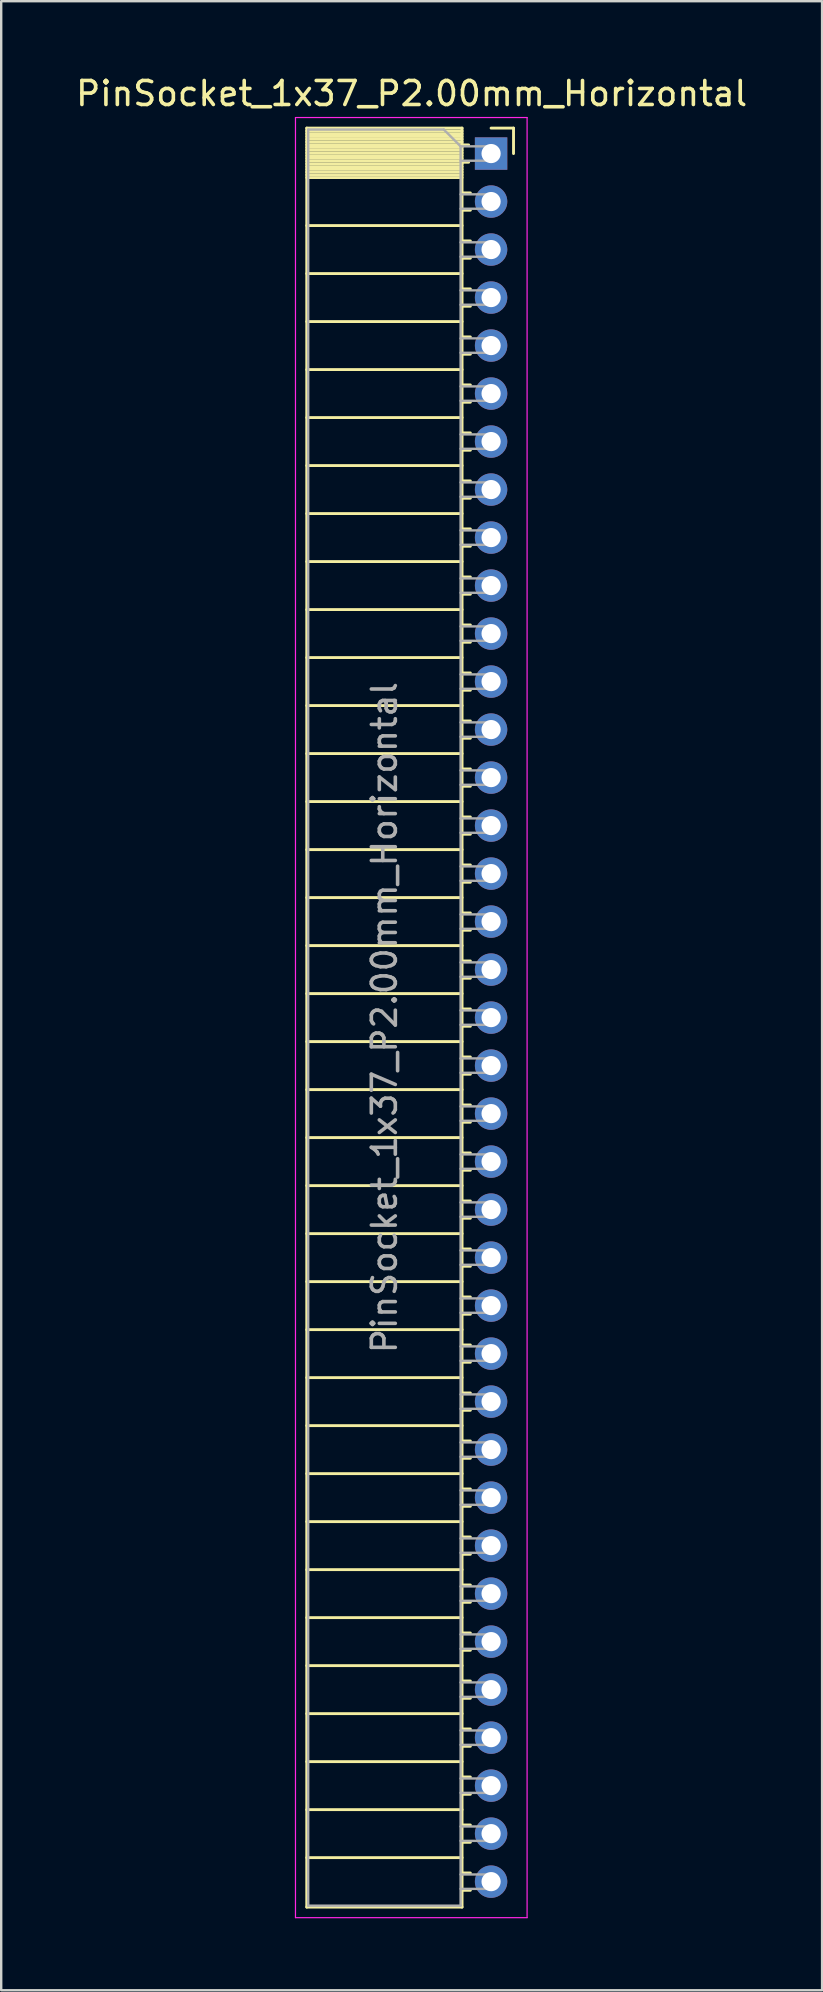
<source format=kicad_pcb>
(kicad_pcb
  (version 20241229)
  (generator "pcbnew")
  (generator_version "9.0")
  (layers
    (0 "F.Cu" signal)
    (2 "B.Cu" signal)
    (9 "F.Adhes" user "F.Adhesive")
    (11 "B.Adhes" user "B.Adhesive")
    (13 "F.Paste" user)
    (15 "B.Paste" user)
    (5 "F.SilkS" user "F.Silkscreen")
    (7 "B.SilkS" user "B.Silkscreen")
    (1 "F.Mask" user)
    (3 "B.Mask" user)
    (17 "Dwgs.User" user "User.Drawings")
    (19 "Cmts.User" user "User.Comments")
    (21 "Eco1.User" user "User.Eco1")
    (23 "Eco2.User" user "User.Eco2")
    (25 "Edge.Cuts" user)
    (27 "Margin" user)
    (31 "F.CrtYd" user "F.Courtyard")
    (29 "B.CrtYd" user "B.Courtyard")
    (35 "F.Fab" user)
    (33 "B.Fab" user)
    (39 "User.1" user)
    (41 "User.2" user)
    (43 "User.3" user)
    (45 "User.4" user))
  (footprint "PinSocket_1x37_P2.00mm_Horizontal"
    (layer "F.Cu")
    (at 17.411 3.348)
    (property "Reference" "PinSocket_1x37_P2.00mm_Horizontal" (at -3.31 -2.5 0) (layer "F.SilkS") (effects (font (size 1 1) (thickness 0.15))))
    (attr through_hole)
    (fp_line (start -7.68 -1.06) (end -7.68 73.06) (stroke (width 0.12) (type solid)) (layer "F.SilkS"))
    (fp_line (start -7.68 -1.06) (end -1.21 -1.06) (stroke (width 0.12) (type solid)) (layer "F.SilkS"))
    (fp_line (start -7.68 -0.94) (end -1.21 -0.94) (stroke (width 0.12) (type solid)) (layer "F.SilkS"))
    (fp_line (start -7.68 -0.826) (end -1.21 -0.826) (stroke (width 0.12) (type solid)) (layer "F.SilkS"))
    (fp_line (start -7.68 -0.712) (end -1.21 -0.712) (stroke (width 0.12) (type solid)) (layer "F.SilkS"))
    (fp_line (start -7.68 -0.598) (end -1.21 -0.598) (stroke (width 0.12) (type solid)) (layer "F.SilkS"))
    (fp_line (start -7.68 -0.484) (end -1.21 -0.484) (stroke (width 0.12) (type solid)) (layer "F.SilkS"))
    (fp_line (start -7.68 -0.369) (end -1.21 -0.369) (stroke (width 0.12) (type solid)) (layer "F.SilkS"))
    (fp_line (start -7.68 -0.255) (end -1.21 -0.255) (stroke (width 0.12) (type solid)) (layer "F.SilkS"))
    (fp_line (start -7.68 -0.141) (end -1.21 -0.141) (stroke (width 0.12) (type solid)) (layer "F.SilkS"))
    (fp_line (start -7.68 -0.027) (end -1.21 -0.027) (stroke (width 0.12) (type solid)) (layer "F.SilkS"))
    (fp_line (start -7.68 0.087) (end -1.21 0.087) (stroke (width 0.12) (type solid)) (layer "F.SilkS"))
    (fp_line (start -7.68 0.201) (end -1.21 0.201) (stroke (width 0.12) (type solid)) (layer "F.SilkS"))
    (fp_line (start -7.68 0.315) (end -1.21 0.315) (stroke (width 0.12) (type solid)) (layer "F.SilkS"))
    (fp_line (start -7.68 0.429) (end -1.21 0.429) (stroke (width 0.12) (type solid)) (layer "F.SilkS"))
    (fp_line (start -7.68 0.544) (end -1.21 0.544) (stroke (width 0.12) (type solid)) (layer "F.SilkS"))
    (fp_line (start -7.68 0.658) (end -1.21 0.658) (stroke (width 0.12) (type solid)) (layer "F.SilkS"))
    (fp_line (start -7.68 0.772) (end -1.21 0.772) (stroke (width 0.12) (type solid)) (layer "F.SilkS"))
    (fp_line (start -7.68 0.886) (end -1.21 0.886) (stroke (width 0.12) (type solid)) (layer "F.SilkS"))
    (fp_line (start -7.68 1) (end -1.21 1) (stroke (width 0.12) (type solid)) (layer "F.SilkS"))
    (fp_line (start -7.68 3) (end -1.21 3) (stroke (width 0.12) (type solid)) (layer "F.SilkS"))
    (fp_line (start -7.68 5) (end -1.21 5) (stroke (width 0.12) (type solid)) (layer "F.SilkS"))
    (fp_line (start -7.68 7) (end -1.21 7) (stroke (width 0.12) (type solid)) (layer "F.SilkS"))
    (fp_line (start -7.68 9) (end -1.21 9) (stroke (width 0.12) (type solid)) (layer "F.SilkS"))
    (fp_line (start -7.68 11) (end -1.21 11) (stroke (width 0.12) (type solid)) (layer "F.SilkS"))
    (fp_line (start -7.68 13) (end -1.21 13) (stroke (width 0.12) (type solid)) (layer "F.SilkS"))
    (fp_line (start -7.68 15) (end -1.21 15) (stroke (width 0.12) (type solid)) (layer "F.SilkS"))
    (fp_line (start -7.68 17) (end -1.21 17) (stroke (width 0.12) (type solid)) (layer "F.SilkS"))
    (fp_line (start -7.68 19) (end -1.21 19) (stroke (width 0.12) (type solid)) (layer "F.SilkS"))
    (fp_line (start -7.68 21) (end -1.21 21) (stroke (width 0.12) (type solid)) (layer "F.SilkS"))
    (fp_line (start -7.68 23) (end -1.21 23) (stroke (width 0.12) (type solid)) (layer "F.SilkS"))
    (fp_line (start -7.68 25) (end -1.21 25) (stroke (width 0.12) (type solid)) (layer "F.SilkS"))
    (fp_line (start -7.68 27) (end -1.21 27) (stroke (width 0.12) (type solid)) (layer "F.SilkS"))
    (fp_line (start -7.68 29) (end -1.21 29) (stroke (width 0.12) (type solid)) (layer "F.SilkS"))
    (fp_line (start -7.68 31) (end -1.21 31) (stroke (width 0.12) (type solid)) (layer "F.SilkS"))
    (fp_line (start -7.68 33) (end -1.21 33) (stroke (width 0.12) (type solid)) (layer "F.SilkS"))
    (fp_line (start -7.68 35) (end -1.21 35) (stroke (width 0.12) (type solid)) (layer "F.SilkS"))
    (fp_line (start -7.68 37) (end -1.21 37) (stroke (width 0.12) (type solid)) (layer "F.SilkS"))
    (fp_line (start -7.68 39) (end -1.21 39) (stroke (width 0.12) (type solid)) (layer "F.SilkS"))
    (fp_line (start -7.68 41) (end -1.21 41) (stroke (width 0.12) (type solid)) (layer "F.SilkS"))
    (fp_line (start -7.68 43) (end -1.21 43) (stroke (width 0.12) (type solid)) (layer "F.SilkS"))
    (fp_line (start -7.68 45) (end -1.21 45) (stroke (width 0.12) (type solid)) (layer "F.SilkS"))
    (fp_line (start -7.68 47) (end -1.21 47) (stroke (width 0.12) (type solid)) (layer "F.SilkS"))
    (fp_line (start -7.68 49) (end -1.21 49) (stroke (width 0.12) (type solid)) (layer "F.SilkS"))
    (fp_line (start -7.68 51) (end -1.21 51) (stroke (width 0.12) (type solid)) (layer "F.SilkS"))
    (fp_line (start -7.68 53) (end -1.21 53) (stroke (width 0.12) (type solid)) (layer "F.SilkS"))
    (fp_line (start -7.68 55) (end -1.21 55) (stroke (width 0.12) (type solid)) (layer "F.SilkS"))
    (fp_line (start -7.68 57) (end -1.21 57) (stroke (width 0.12) (type solid)) (layer "F.SilkS"))
    (fp_line (start -7.68 59) (end -1.21 59) (stroke (width 0.12) (type solid)) (layer "F.SilkS"))
    (fp_line (start -7.68 61) (end -1.21 61) (stroke (width 0.12) (type solid)) (layer "F.SilkS"))
    (fp_line (start -7.68 63) (end -1.21 63) (stroke (width 0.12) (type solid)) (layer "F.SilkS"))
    (fp_line (start -7.68 65) (end -1.21 65) (stroke (width 0.12) (type solid)) (layer "F.SilkS"))
    (fp_line (start -7.68 67) (end -1.21 67) (stroke (width 0.12) (type solid)) (layer "F.SilkS"))
    (fp_line (start -7.68 69) (end -1.21 69) (stroke (width 0.12) (type solid)) (layer "F.SilkS"))
    (fp_line (start -7.68 71) (end -1.21 71) (stroke (width 0.12) (type solid)) (layer "F.SilkS"))
    (fp_line (start -7.68 73.06) (end -1.21 73.06) (stroke (width 0.12) (type solid)) (layer "F.SilkS"))
    (fp_line (start -1.21 -1.06) (end -1.21 73.06) (stroke (width 0.12) (type solid)) (layer "F.SilkS"))
    (fp_line (start -1.21 -0.36) (end -0.935 -0.36) (stroke (width 0.12) (type solid)) (layer "F.SilkS"))
    (fp_line (start -1.21 0.36) (end -0.935 0.36) (stroke (width 0.12) (type solid)) (layer "F.SilkS"))
    (fp_line (start -1.21 1.64) (end -0.863 1.64) (stroke (width 0.12) (type solid)) (layer "F.SilkS"))
    (fp_line (start -1.21 2.36) (end -0.863 2.36) (stroke (width 0.12) (type solid)) (layer "F.SilkS"))
    (fp_line (start -1.21 3.64) (end -0.863 3.64) (stroke (width 0.12) (type solid)) (layer "F.SilkS"))
    (fp_line (start -1.21 4.36) (end -0.863 4.36) (stroke (width 0.12) (type solid)) (layer "F.SilkS"))
    (fp_line (start -1.21 5.64) (end -0.863 5.64) (stroke (width 0.12) (type solid)) (layer "F.SilkS"))
    (fp_line (start -1.21 6.36) (end -0.863 6.36) (stroke (width 0.12) (type solid)) (layer "F.SilkS"))
    (fp_line (start -1.21 7.64) (end -0.863 7.64) (stroke (width 0.12) (type solid)) (layer "F.SilkS"))
    (fp_line (start -1.21 8.36) (end -0.863 8.36) (stroke (width 0.12) (type solid)) (layer "F.SilkS"))
    (fp_line (start -1.21 9.64) (end -0.863 9.64) (stroke (width 0.12) (type solid)) (layer "F.SilkS"))
    (fp_line (start -1.21 10.36) (end -0.863 10.36) (stroke (width 0.12) (type solid)) (layer "F.SilkS"))
    (fp_line (start -1.21 11.64) (end -0.863 11.64) (stroke (width 0.12) (type solid)) (layer "F.SilkS"))
    (fp_line (start -1.21 12.36) (end -0.863 12.36) (stroke (width 0.12) (type solid)) (layer "F.SilkS"))
    (fp_line (start -1.21 13.64) (end -0.863 13.64) (stroke (width 0.12) (type solid)) (layer "F.SilkS"))
    (fp_line (start -1.21 14.36) (end -0.863 14.36) (stroke (width 0.12) (type solid)) (layer "F.SilkS"))
    (fp_line (start -1.21 15.64) (end -0.863 15.64) (stroke (width 0.12) (type solid)) (layer "F.SilkS"))
    (fp_line (start -1.21 16.36) (end -0.863 16.36) (stroke (width 0.12) (type solid)) (layer "F.SilkS"))
    (fp_line (start -1.21 17.64) (end -0.863 17.64) (stroke (width 0.12) (type solid)) (layer "F.SilkS"))
    (fp_line (start -1.21 18.36) (end -0.863 18.36) (stroke (width 0.12) (type solid)) (layer "F.SilkS"))
    (fp_line (start -1.21 19.64) (end -0.863 19.64) (stroke (width 0.12) (type solid)) (layer "F.SilkS"))
    (fp_line (start -1.21 20.36) (end -0.863 20.36) (stroke (width 0.12) (type solid)) (layer "F.SilkS"))
    (fp_line (start -1.21 21.64) (end -0.863 21.64) (stroke (width 0.12) (type solid)) (layer "F.SilkS"))
    (fp_line (start -1.21 22.36) (end -0.863 22.36) (stroke (width 0.12) (type solid)) (layer "F.SilkS"))
    (fp_line (start -1.21 23.64) (end -0.863 23.64) (stroke (width 0.12) (type solid)) (layer "F.SilkS"))
    (fp_line (start -1.21 24.36) (end -0.863 24.36) (stroke (width 0.12) (type solid)) (layer "F.SilkS"))
    (fp_line (start -1.21 25.64) (end -0.863 25.64) (stroke (width 0.12) (type solid)) (layer "F.SilkS"))
    (fp_line (start -1.21 26.36) (end -0.863 26.36) (stroke (width 0.12) (type solid)) (layer "F.SilkS"))
    (fp_line (start -1.21 27.64) (end -0.863 27.64) (stroke (width 0.12) (type solid)) (layer "F.SilkS"))
    (fp_line (start -1.21 28.36) (end -0.863 28.36) (stroke (width 0.12) (type solid)) (layer "F.SilkS"))
    (fp_line (start -1.21 29.64) (end -0.863 29.64) (stroke (width 0.12) (type solid)) (layer "F.SilkS"))
    (fp_line (start -1.21 30.36) (end -0.863 30.36) (stroke (width 0.12) (type solid)) (layer "F.SilkS"))
    (fp_line (start -1.21 31.64) (end -0.863 31.64) (stroke (width 0.12) (type solid)) (layer "F.SilkS"))
    (fp_line (start -1.21 32.36) (end -0.863 32.36) (stroke (width 0.12) (type solid)) (layer "F.SilkS"))
    (fp_line (start -1.21 33.64) (end -0.863 33.64) (stroke (width 0.12) (type solid)) (layer "F.SilkS"))
    (fp_line (start -1.21 34.36) (end -0.863 34.36) (stroke (width 0.12) (type solid)) (layer "F.SilkS"))
    (fp_line (start -1.21 35.64) (end -0.863 35.64) (stroke (width 0.12) (type solid)) (layer "F.SilkS"))
    (fp_line (start -1.21 36.36) (end -0.863 36.36) (stroke (width 0.12) (type solid)) (layer "F.SilkS"))
    (fp_line (start -1.21 37.64) (end -0.863 37.64) (stroke (width 0.12) (type solid)) (layer "F.SilkS"))
    (fp_line (start -1.21 38.36) (end -0.863 38.36) (stroke (width 0.12) (type solid)) (layer "F.SilkS"))
    (fp_line (start -1.21 39.64) (end -0.863 39.64) (stroke (width 0.12) (type solid)) (layer "F.SilkS"))
    (fp_line (start -1.21 40.36) (end -0.863 40.36) (stroke (width 0.12) (type solid)) (layer "F.SilkS"))
    (fp_line (start -1.21 41.64) (end -0.863 41.64) (stroke (width 0.12) (type solid)) (layer "F.SilkS"))
    (fp_line (start -1.21 42.36) (end -0.863 42.36) (stroke (width 0.12) (type solid)) (layer "F.SilkS"))
    (fp_line (start -1.21 43.64) (end -0.863 43.64) (stroke (width 0.12) (type solid)) (layer "F.SilkS"))
    (fp_line (start -1.21 44.36) (end -0.863 44.36) (stroke (width 0.12) (type solid)) (layer "F.SilkS"))
    (fp_line (start -1.21 45.64) (end -0.863 45.64) (stroke (width 0.12) (type solid)) (layer "F.SilkS"))
    (fp_line (start -1.21 46.36) (end -0.863 46.36) (stroke (width 0.12) (type solid)) (layer "F.SilkS"))
    (fp_line (start -1.21 47.64) (end -0.863 47.64) (stroke (width 0.12) (type solid)) (layer "F.SilkS"))
    (fp_line (start -1.21 48.36) (end -0.863 48.36) (stroke (width 0.12) (type solid)) (layer "F.SilkS"))
    (fp_line (start -1.21 49.64) (end -0.863 49.64) (stroke (width 0.12) (type solid)) (layer "F.SilkS"))
    (fp_line (start -1.21 50.36) (end -0.863 50.36) (stroke (width 0.12) (type solid)) (layer "F.SilkS"))
    (fp_line (start -1.21 51.64) (end -0.863 51.64) (stroke (width 0.12) (type solid)) (layer "F.SilkS"))
    (fp_line (start -1.21 52.36) (end -0.863 52.36) (stroke (width 0.12) (type solid)) (layer "F.SilkS"))
    (fp_line (start -1.21 53.64) (end -0.863 53.64) (stroke (width 0.12) (type solid)) (layer "F.SilkS"))
    (fp_line (start -1.21 54.36) (end -0.863 54.36) (stroke (width 0.12) (type solid)) (layer "F.SilkS"))
    (fp_line (start -1.21 55.64) (end -0.863 55.64) (stroke (width 0.12) (type solid)) (layer "F.SilkS"))
    (fp_line (start -1.21 56.36) (end -0.863 56.36) (stroke (width 0.12) (type solid)) (layer "F.SilkS"))
    (fp_line (start -1.21 57.64) (end -0.863 57.64) (stroke (width 0.12) (type solid)) (layer "F.SilkS"))
    (fp_line (start -1.21 58.36) (end -0.863 58.36) (stroke (width 0.12) (type solid)) (layer "F.SilkS"))
    (fp_line (start -1.21 59.64) (end -0.863 59.64) (stroke (width 0.12) (type solid)) (layer "F.SilkS"))
    (fp_line (start -1.21 60.36) (end -0.863 60.36) (stroke (width 0.12) (type solid)) (layer "F.SilkS"))
    (fp_line (start -1.21 61.64) (end -0.863 61.64) (stroke (width 0.12) (type solid)) (layer "F.SilkS"))
    (fp_line (start -1.21 62.36) (end -0.863 62.36) (stroke (width 0.12) (type solid)) (layer "F.SilkS"))
    (fp_line (start -1.21 63.64) (end -0.863 63.64) (stroke (width 0.12) (type solid)) (layer "F.SilkS"))
    (fp_line (start -1.21 64.36) (end -0.863 64.36) (stroke (width 0.12) (type solid)) (layer "F.SilkS"))
    (fp_line (start -1.21 65.64) (end -0.863 65.64) (stroke (width 0.12) (type solid)) (layer "F.SilkS"))
    (fp_line (start -1.21 66.36) (end -0.863 66.36) (stroke (width 0.12) (type solid)) (layer "F.SilkS"))
    (fp_line (start -1.21 67.64) (end -0.863 67.64) (stroke (width 0.12) (type solid)) (layer "F.SilkS"))
    (fp_line (start -1.21 68.36) (end -0.863 68.36) (stroke (width 0.12) (type solid)) (layer "F.SilkS"))
    (fp_line (start -1.21 69.64) (end -0.863 69.64) (stroke (width 0.12) (type solid)) (layer "F.SilkS"))
    (fp_line (start -1.21 70.36) (end -0.863 70.36) (stroke (width 0.12) (type solid)) (layer "F.SilkS"))
    (fp_line (start -1.21 71.64) (end -0.863 71.64) (stroke (width 0.12) (type solid)) (layer "F.SilkS"))
    (fp_line (start -1.21 72.36) (end -0.863 72.36) (stroke (width 0.12) (type solid)) (layer "F.SilkS"))
    (fp_line (start 0 -1.06) (end 0.935 -1.06) (stroke (width 0.12) (type solid)) (layer "F.SilkS"))
    (fp_line (start 0.935 -1.06) (end 0.935 0) (stroke (width 0.12) (type solid)) (layer "F.SilkS"))
    (fp_line (start -8.15 -1.5) (end -8.15 73.5) (stroke (width 0.05) (type solid)) (layer "F.CrtYd"))
    (fp_line (start -8.15 73.5) (end 1.5 73.5) (stroke (width 0.05) (type solid)) (layer "F.CrtYd"))
    (fp_line (start 1.5 -1.5) (end -8.15 -1.5) (stroke (width 0.05) (type solid)) (layer "F.CrtYd"))
    (fp_line (start 1.5 73.5) (end 1.5 -1.5) (stroke (width 0.05) (type solid)) (layer "F.CrtYd"))
    (fp_line (start -7.62 -1) (end -1.97 -1) (stroke (width 0.1) (type solid)) (layer "F.Fab"))
    (fp_line (start -7.62 73) (end -7.62 -1) (stroke (width 0.1) (type solid)) (layer "F.Fab"))
    (fp_line (start -1.97 -1) (end -1.27 -0.3) (stroke (width 0.1) (type solid)) (layer "F.Fab"))
    (fp_line (start -1.27 -0.3) (end -1.27 73) (stroke (width 0.1) (type solid)) (layer "F.Fab"))
    (fp_line (start -1.27 0.3) (end 0 0.3) (stroke (width 0.1) (type solid)) (layer "F.Fab"))
    (fp_line (start -1.27 2.3) (end 0 2.3) (stroke (width 0.1) (type solid)) (layer "F.Fab"))
    (fp_line (start -1.27 4.3) (end 0 4.3) (stroke (width 0.1) (type solid)) (layer "F.Fab"))
    (fp_line (start -1.27 6.3) (end 0 6.3) (stroke (width 0.1) (type solid)) (layer "F.Fab"))
    (fp_line (start -1.27 8.3) (end 0 8.3) (stroke (width 0.1) (type solid)) (layer "F.Fab"))
    (fp_line (start -1.27 10.3) (end 0 10.3) (stroke (width 0.1) (type solid)) (layer "F.Fab"))
    (fp_line (start -1.27 12.3) (end 0 12.3) (stroke (width 0.1) (type solid)) (layer "F.Fab"))
    (fp_line (start -1.27 14.3) (end 0 14.3) (stroke (width 0.1) (type solid)) (layer "F.Fab"))
    (fp_line (start -1.27 16.3) (end 0 16.3) (stroke (width 0.1) (type solid)) (layer "F.Fab"))
    (fp_line (start -1.27 18.3) (end 0 18.3) (stroke (width 0.1) (type solid)) (layer "F.Fab"))
    (fp_line (start -1.27 20.3) (end 0 20.3) (stroke (width 0.1) (type solid)) (layer "F.Fab"))
    (fp_line (start -1.27 22.3) (end 0 22.3) (stroke (width 0.1) (type solid)) (layer "F.Fab"))
    (fp_line (start -1.27 24.3) (end 0 24.3) (stroke (width 0.1) (type solid)) (layer "F.Fab"))
    (fp_line (start -1.27 26.3) (end 0 26.3) (stroke (width 0.1) (type solid)) (layer "F.Fab"))
    (fp_line (start -1.27 28.3) (end 0 28.3) (stroke (width 0.1) (type solid)) (layer "F.Fab"))
    (fp_line (start -1.27 30.3) (end 0 30.3) (stroke (width 0.1) (type solid)) (layer "F.Fab"))
    (fp_line (start -1.27 32.3) (end 0 32.3) (stroke (width 0.1) (type solid)) (layer "F.Fab"))
    (fp_line (start -1.27 34.3) (end 0 34.3) (stroke (width 0.1) (type solid)) (layer "F.Fab"))
    (fp_line (start -1.27 36.3) (end 0 36.3) (stroke (width 0.1) (type solid)) (layer "F.Fab"))
    (fp_line (start -1.27 38.3) (end 0 38.3) (stroke (width 0.1) (type solid)) (layer "F.Fab"))
    (fp_line (start -1.27 40.3) (end 0 40.3) (stroke (width 0.1) (type solid)) (layer "F.Fab"))
    (fp_line (start -1.27 42.3) (end 0 42.3) (stroke (width 0.1) (type solid)) (layer "F.Fab"))
    (fp_line (start -1.27 44.3) (end 0 44.3) (stroke (width 0.1) (type solid)) (layer "F.Fab"))
    (fp_line (start -1.27 46.3) (end 0 46.3) (stroke (width 0.1) (type solid)) (layer "F.Fab"))
    (fp_line (start -1.27 48.3) (end 0 48.3) (stroke (width 0.1) (type solid)) (layer "F.Fab"))
    (fp_line (start -1.27 50.3) (end 0 50.3) (stroke (width 0.1) (type solid)) (layer "F.Fab"))
    (fp_line (start -1.27 52.3) (end 0 52.3) (stroke (width 0.1) (type solid)) (layer "F.Fab"))
    (fp_line (start -1.27 54.3) (end 0 54.3) (stroke (width 0.1) (type solid)) (layer "F.Fab"))
    (fp_line (start -1.27 56.3) (end 0 56.3) (stroke (width 0.1) (type solid)) (layer "F.Fab"))
    (fp_line (start -1.27 58.3) (end 0 58.3) (stroke (width 0.1) (type solid)) (layer "F.Fab"))
    (fp_line (start -1.27 60.3) (end 0 60.3) (stroke (width 0.1) (type solid)) (layer "F.Fab"))
    (fp_line (start -1.27 62.3) (end 0 62.3) (stroke (width 0.1) (type solid)) (layer "F.Fab"))
    (fp_line (start -1.27 64.3) (end 0 64.3) (stroke (width 0.1) (type solid)) (layer "F.Fab"))
    (fp_line (start -1.27 66.3) (end 0 66.3) (stroke (width 0.1) (type solid)) (layer "F.Fab"))
    (fp_line (start -1.27 68.3) (end 0 68.3) (stroke (width 0.1) (type solid)) (layer "F.Fab"))
    (fp_line (start -1.27 70.3) (end 0 70.3) (stroke (width 0.1) (type solid)) (layer "F.Fab"))
    (fp_line (start -1.27 72.3) (end 0 72.3) (stroke (width 0.1) (type solid)) (layer "F.Fab"))
    (fp_line (start -1.27 73) (end -7.62 73) (stroke (width 0.1) (type solid)) (layer "F.Fab"))
    (fp_line (start 0 -0.3) (end -1.27 -0.3) (stroke (width 0.1) (type solid)) (layer "F.Fab"))
    (fp_line (start 0 0.3) (end 0 -0.3) (stroke (width 0.1) (type solid)) (layer "F.Fab"))
    (fp_line (start 0 1.7) (end -1.27 1.7) (stroke (width 0.1) (type solid)) (layer "F.Fab"))
    (fp_line (start 0 2.3) (end 0 1.7) (stroke (width 0.1) (type solid)) (layer "F.Fab"))
    (fp_line (start 0 3.7) (end -1.27 3.7) (stroke (width 0.1) (type solid)) (layer "F.Fab"))
    (fp_line (start 0 4.3) (end 0 3.7) (stroke (width 0.1) (type solid)) (layer "F.Fab"))
    (fp_line (start 0 5.7) (end -1.27 5.7) (stroke (width 0.1) (type solid)) (layer "F.Fab"))
    (fp_line (start 0 6.3) (end 0 5.7) (stroke (width 0.1) (type solid)) (layer "F.Fab"))
    (fp_line (start 0 7.7) (end -1.27 7.7) (stroke (width 0.1) (type solid)) (layer "F.Fab"))
    (fp_line (start 0 8.3) (end 0 7.7) (stroke (width 0.1) (type solid)) (layer "F.Fab"))
    (fp_line (start 0 9.7) (end -1.27 9.7) (stroke (width 0.1) (type solid)) (layer "F.Fab"))
    (fp_line (start 0 10.3) (end 0 9.7) (stroke (width 0.1) (type solid)) (layer "F.Fab"))
    (fp_line (start 0 11.7) (end -1.27 11.7) (stroke (width 0.1) (type solid)) (layer "F.Fab"))
    (fp_line (start 0 12.3) (end 0 11.7) (stroke (width 0.1) (type solid)) (layer "F.Fab"))
    (fp_line (start 0 13.7) (end -1.27 13.7) (stroke (width 0.1) (type solid)) (layer "F.Fab"))
    (fp_line (start 0 14.3) (end 0 13.7) (stroke (width 0.1) (type solid)) (layer "F.Fab"))
    (fp_line (start 0 15.7) (end -1.27 15.7) (stroke (width 0.1) (type solid)) (layer "F.Fab"))
    (fp_line (start 0 16.3) (end 0 15.7) (stroke (width 0.1) (type solid)) (layer "F.Fab"))
    (fp_line (start 0 17.7) (end -1.27 17.7) (stroke (width 0.1) (type solid)) (layer "F.Fab"))
    (fp_line (start 0 18.3) (end 0 17.7) (stroke (width 0.1) (type solid)) (layer "F.Fab"))
    (fp_line (start 0 19.7) (end -1.27 19.7) (stroke (width 0.1) (type solid)) (layer "F.Fab"))
    (fp_line (start 0 20.3) (end 0 19.7) (stroke (width 0.1) (type solid)) (layer "F.Fab"))
    (fp_line (start 0 21.7) (end -1.27 21.7) (stroke (width 0.1) (type solid)) (layer "F.Fab"))
    (fp_line (start 0 22.3) (end 0 21.7) (stroke (width 0.1) (type solid)) (layer "F.Fab"))
    (fp_line (start 0 23.7) (end -1.27 23.7) (stroke (width 0.1) (type solid)) (layer "F.Fab"))
    (fp_line (start 0 24.3) (end 0 23.7) (stroke (width 0.1) (type solid)) (layer "F.Fab"))
    (fp_line (start 0 25.7) (end -1.27 25.7) (stroke (width 0.1) (type solid)) (layer "F.Fab"))
    (fp_line (start 0 26.3) (end 0 25.7) (stroke (width 0.1) (type solid)) (layer "F.Fab"))
    (fp_line (start 0 27.7) (end -1.27 27.7) (stroke (width 0.1) (type solid)) (layer "F.Fab"))
    (fp_line (start 0 28.3) (end 0 27.7) (stroke (width 0.1) (type solid)) (layer "F.Fab"))
    (fp_line (start 0 29.7) (end -1.27 29.7) (stroke (width 0.1) (type solid)) (layer "F.Fab"))
    (fp_line (start 0 30.3) (end 0 29.7) (stroke (width 0.1) (type solid)) (layer "F.Fab"))
    (fp_line (start 0 31.7) (end -1.27 31.7) (stroke (width 0.1) (type solid)) (layer "F.Fab"))
    (fp_line (start 0 32.3) (end 0 31.7) (stroke (width 0.1) (type solid)) (layer "F.Fab"))
    (fp_line (start 0 33.7) (end -1.27 33.7) (stroke (width 0.1) (type solid)) (layer "F.Fab"))
    (fp_line (start 0 34.3) (end 0 33.7) (stroke (width 0.1) (type solid)) (layer "F.Fab"))
    (fp_line (start 0 35.7) (end -1.27 35.7) (stroke (width 0.1) (type solid)) (layer "F.Fab"))
    (fp_line (start 0 36.3) (end 0 35.7) (stroke (width 0.1) (type solid)) (layer "F.Fab"))
    (fp_line (start 0 37.7) (end -1.27 37.7) (stroke (width 0.1) (type solid)) (layer "F.Fab"))
    (fp_line (start 0 38.3) (end 0 37.7) (stroke (width 0.1) (type solid)) (layer "F.Fab"))
    (fp_line (start 0 39.7) (end -1.27 39.7) (stroke (width 0.1) (type solid)) (layer "F.Fab"))
    (fp_line (start 0 40.3) (end 0 39.7) (stroke (width 0.1) (type solid)) (layer "F.Fab"))
    (fp_line (start 0 41.7) (end -1.27 41.7) (stroke (width 0.1) (type solid)) (layer "F.Fab"))
    (fp_line (start 0 42.3) (end 0 41.7) (stroke (width 0.1) (type solid)) (layer "F.Fab"))
    (fp_line (start 0 43.7) (end -1.27 43.7) (stroke (width 0.1) (type solid)) (layer "F.Fab"))
    (fp_line (start 0 44.3) (end 0 43.7) (stroke (width 0.1) (type solid)) (layer "F.Fab"))
    (fp_line (start 0 45.7) (end -1.27 45.7) (stroke (width 0.1) (type solid)) (layer "F.Fab"))
    (fp_line (start 0 46.3) (end 0 45.7) (stroke (width 0.1) (type solid)) (layer "F.Fab"))
    (fp_line (start 0 47.7) (end -1.27 47.7) (stroke (width 0.1) (type solid)) (layer "F.Fab"))
    (fp_line (start 0 48.3) (end 0 47.7) (stroke (width 0.1) (type solid)) (layer "F.Fab"))
    (fp_line (start 0 49.7) (end -1.27 49.7) (stroke (width 0.1) (type solid)) (layer "F.Fab"))
    (fp_line (start 0 50.3) (end 0 49.7) (stroke (width 0.1) (type solid)) (layer "F.Fab"))
    (fp_line (start 0 51.7) (end -1.27 51.7) (stroke (width 0.1) (type solid)) (layer "F.Fab"))
    (fp_line (start 0 52.3) (end 0 51.7) (stroke (width 0.1) (type solid)) (layer "F.Fab"))
    (fp_line (start 0 53.7) (end -1.27 53.7) (stroke (width 0.1) (type solid)) (layer "F.Fab"))
    (fp_line (start 0 54.3) (end 0 53.7) (stroke (width 0.1) (type solid)) (layer "F.Fab"))
    (fp_line (start 0 55.7) (end -1.27 55.7) (stroke (width 0.1) (type solid)) (layer "F.Fab"))
    (fp_line (start 0 56.3) (end 0 55.7) (stroke (width 0.1) (type solid)) (layer "F.Fab"))
    (fp_line (start 0 57.7) (end -1.27 57.7) (stroke (width 0.1) (type solid)) (layer "F.Fab"))
    (fp_line (start 0 58.3) (end 0 57.7) (stroke (width 0.1) (type solid)) (layer "F.Fab"))
    (fp_line (start 0 59.7) (end -1.27 59.7) (stroke (width 0.1) (type solid)) (layer "F.Fab"))
    (fp_line (start 0 60.3) (end 0 59.7) (stroke (width 0.1) (type solid)) (layer "F.Fab"))
    (fp_line (start 0 61.7) (end -1.27 61.7) (stroke (width 0.1) (type solid)) (layer "F.Fab"))
    (fp_line (start 0 62.3) (end 0 61.7) (stroke (width 0.1) (type solid)) (layer "F.Fab"))
    (fp_line (start 0 63.7) (end -1.27 63.7) (stroke (width 0.1) (type solid)) (layer "F.Fab"))
    (fp_line (start 0 64.3) (end 0 63.7) (stroke (width 0.1) (type solid)) (layer "F.Fab"))
    (fp_line (start 0 65.7) (end -1.27 65.7) (stroke (width 0.1) (type solid)) (layer "F.Fab"))
    (fp_line (start 0 66.3) (end 0 65.7) (stroke (width 0.1) (type solid)) (layer "F.Fab"))
    (fp_line (start 0 67.7) (end -1.27 67.7) (stroke (width 0.1) (type solid)) (layer "F.Fab"))
    (fp_line (start 0 68.3) (end 0 67.7) (stroke (width 0.1) (type solid)) (layer "F.Fab"))
    (fp_line (start 0 69.7) (end -1.27 69.7) (stroke (width 0.1) (type solid)) (layer "F.Fab"))
    (fp_line (start 0 70.3) (end 0 69.7) (stroke (width 0.1) (type solid)) (layer "F.Fab"))
    (fp_line (start 0 71.7) (end -1.27 71.7) (stroke (width 0.1) (type solid)) (layer "F.Fab"))
    (fp_line (start 0 72.3) (end 0 71.7) (stroke (width 0.1) (type solid)) (layer "F.Fab"))
    (fp_text user "${REFERENCE}" (at -4.445 36 90) (layer "F.Fab") (effects (font (size 1 1) (thickness 0.15))))
    (pad "1" thru_hole rect (at 0 0) (size 1.35 1.35) (drill 0.8) (layers "*.Cu" "*.Mask"))
    (pad "2" thru_hole oval (at 0 2) (size 1.35 1.35) (drill 0.8) (layers "*.Cu" "*.Mask"))
    (pad "3" thru_hole oval (at 0 4) (size 1.35 1.35) (drill 0.8) (layers "*.Cu" "*.Mask"))
    (pad "4" thru_hole oval (at 0 6) (size 1.35 1.35) (drill 0.8) (layers "*.Cu" "*.Mask"))
    (pad "5" thru_hole oval (at 0 8) (size 1.35 1.35) (drill 0.8) (layers "*.Cu" "*.Mask"))
    (pad "6" thru_hole oval (at 0 10) (size 1.35 1.35) (drill 0.8) (layers "*.Cu" "*.Mask"))
    (pad "7" thru_hole oval (at 0 12) (size 1.35 1.35) (drill 0.8) (layers "*.Cu" "*.Mask"))
    (pad "8" thru_hole oval (at 0 14) (size 1.35 1.35) (drill 0.8) (layers "*.Cu" "*.Mask"))
    (pad "9" thru_hole oval (at 0 16) (size 1.35 1.35) (drill 0.8) (layers "*.Cu" "*.Mask"))
    (pad "10" thru_hole oval (at 0 18) (size 1.35 1.35) (drill 0.8) (layers "*.Cu" "*.Mask"))
    (pad "11" thru_hole oval (at 0 20) (size 1.35 1.35) (drill 0.8) (layers "*.Cu" "*.Mask"))
    (pad "12" thru_hole oval (at 0 22) (size 1.35 1.35) (drill 0.8) (layers "*.Cu" "*.Mask"))
    (pad "13" thru_hole oval (at 0 24) (size 1.35 1.35) (drill 0.8) (layers "*.Cu" "*.Mask"))
    (pad "14" thru_hole oval (at 0 26) (size 1.35 1.35) (drill 0.8) (layers "*.Cu" "*.Mask"))
    (pad "15" thru_hole oval (at 0 28) (size 1.35 1.35) (drill 0.8) (layers "*.Cu" "*.Mask"))
    (pad "16" thru_hole oval (at 0 30) (size 1.35 1.35) (drill 0.8) (layers "*.Cu" "*.Mask"))
    (pad "17" thru_hole oval (at 0 32) (size 1.35 1.35) (drill 0.8) (layers "*.Cu" "*.Mask"))
    (pad "18" thru_hole oval (at 0 34) (size 1.35 1.35) (drill 0.8) (layers "*.Cu" "*.Mask"))
    (pad "19" thru_hole oval (at 0 36) (size 1.35 1.35) (drill 0.8) (layers "*.Cu" "*.Mask"))
    (pad "20" thru_hole oval (at 0 38) (size 1.35 1.35) (drill 0.8) (layers "*.Cu" "*.Mask"))
    (pad "21" thru_hole oval (at 0 40) (size 1.35 1.35) (drill 0.8) (layers "*.Cu" "*.Mask"))
    (pad "22" thru_hole oval (at 0 42) (size 1.35 1.35) (drill 0.8) (layers "*.Cu" "*.Mask"))
    (pad "23" thru_hole oval (at 0 44) (size 1.35 1.35) (drill 0.8) (layers "*.Cu" "*.Mask"))
    (pad "24" thru_hole oval (at 0 46) (size 1.35 1.35) (drill 0.8) (layers "*.Cu" "*.Mask"))
    (pad "25" thru_hole oval (at 0 48) (size 1.35 1.35) (drill 0.8) (layers "*.Cu" "*.Mask"))
    (pad "26" thru_hole oval (at 0 50) (size 1.35 1.35) (drill 0.8) (layers "*.Cu" "*.Mask"))
    (pad "27" thru_hole oval (at 0 52) (size 1.35 1.35) (drill 0.8) (layers "*.Cu" "*.Mask"))
    (pad "28" thru_hole oval (at 0 54) (size 1.35 1.35) (drill 0.8) (layers "*.Cu" "*.Mask"))
    (pad "29" thru_hole oval (at 0 56) (size 1.35 1.35) (drill 0.8) (layers "*.Cu" "*.Mask"))
    (pad "30" thru_hole oval (at 0 58) (size 1.35 1.35) (drill 0.8) (layers "*.Cu" "*.Mask"))
    (pad "31" thru_hole oval (at 0 60) (size 1.35 1.35) (drill 0.8) (layers "*.Cu" "*.Mask"))
    (pad "32" thru_hole oval (at 0 62) (size 1.35 1.35) (drill 0.8) (layers "*.Cu" "*.Mask"))
    (pad "33" thru_hole oval (at 0 64) (size 1.35 1.35) (drill 0.8) (layers "*.Cu" "*.Mask"))
    (pad "34" thru_hole oval (at 0 66) (size 1.35 1.35) (drill 0.8) (layers "*.Cu" "*.Mask"))
    (pad "35" thru_hole oval (at 0 68) (size 1.35 1.35) (drill 0.8) (layers "*.Cu" "*.Mask"))
    (pad "36" thru_hole oval (at 0 70) (size 1.35 1.35) (drill 0.8) (layers "*.Cu" "*.Mask"))
    (pad "37" thru_hole oval (at 0 72) (size 1.35 1.35) (drill 0.8) (layers "*.Cu" "*.Mask")))
  (gr_rect
    (start -3 -3)
    (end 31.202 79.873)
    (stroke (width 0.1) (type default))
    (fill no)
    (layer "Edge.Cuts")))
</source>
